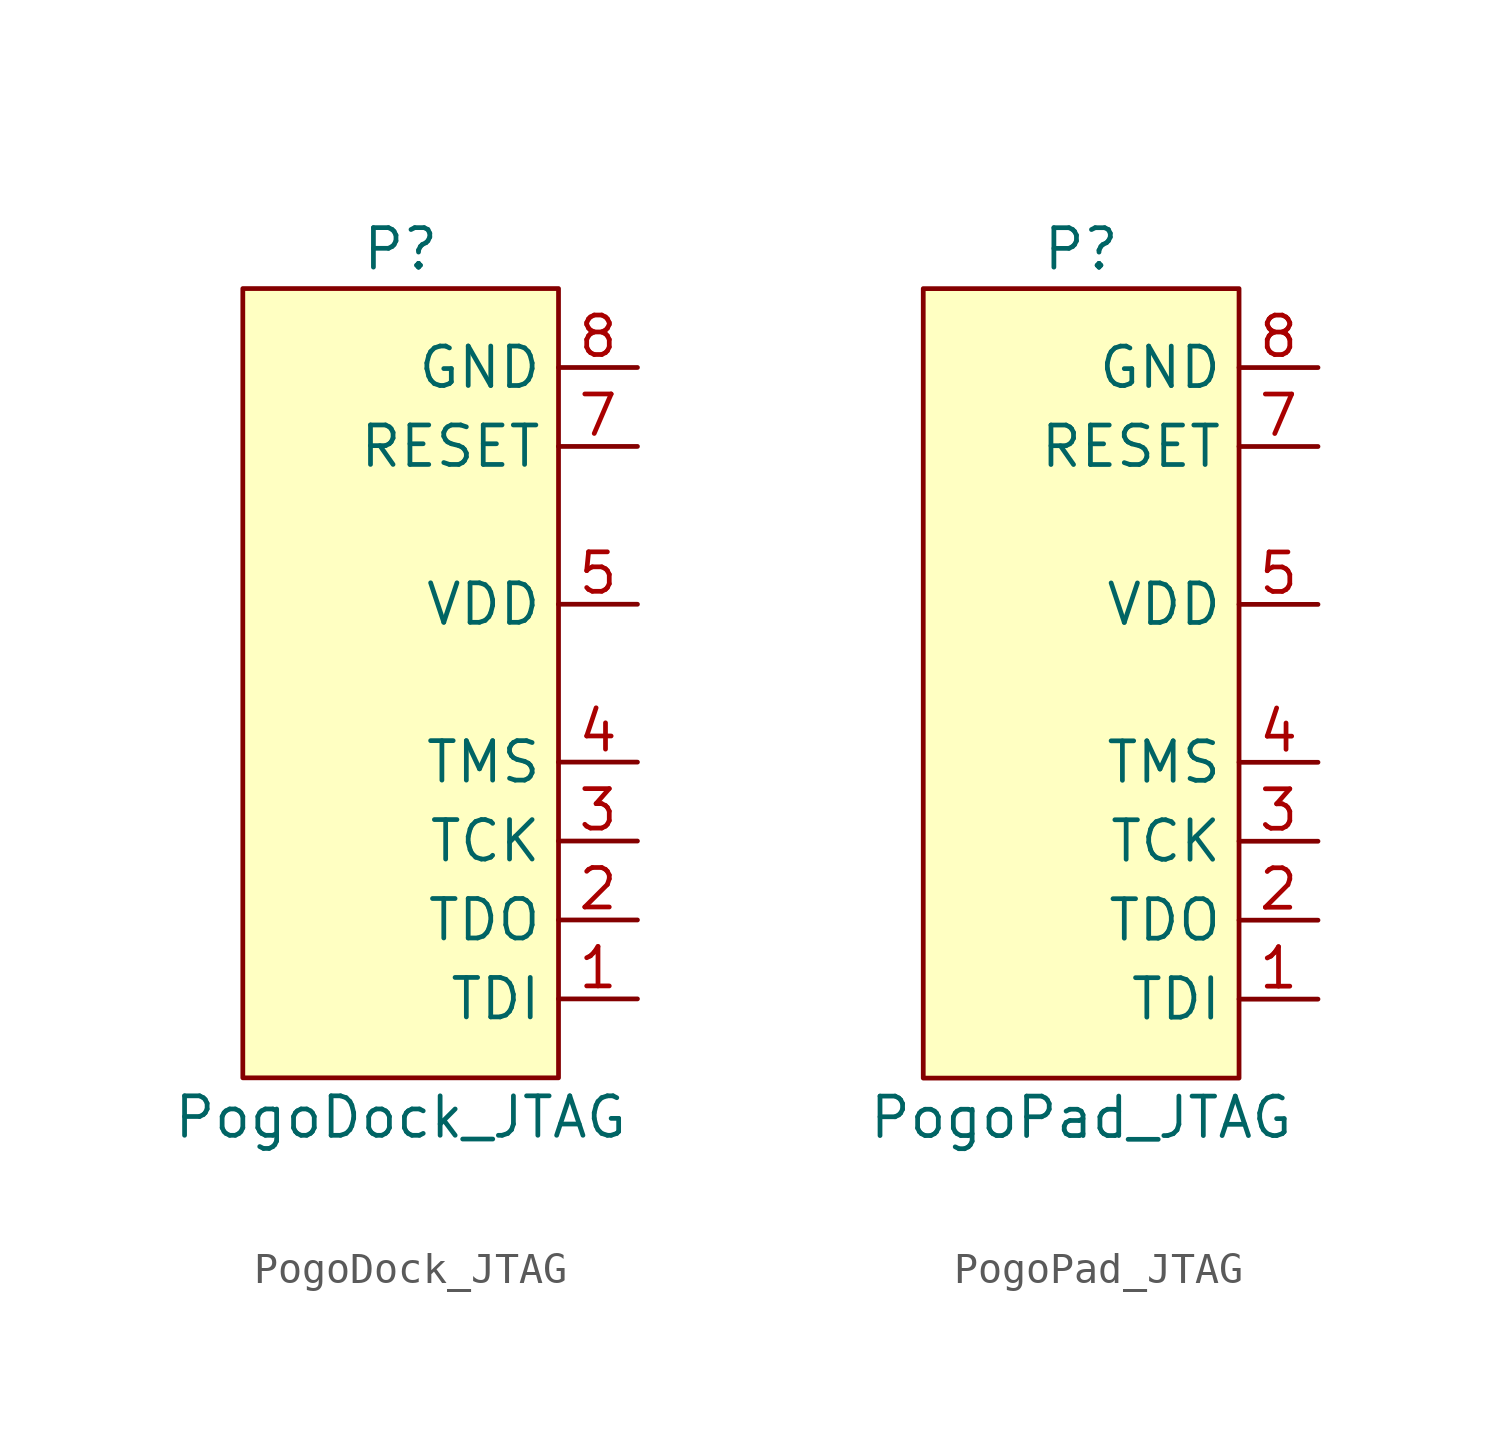
<source format=kicad_sym>
(kicad_symbol_lib
  (version 20211014)
  (generator kicad_symbol_editor)
  (symbol "PogoDock_JTAG"
    (property "Reference" "P"
      (at 0 13.97 0)
      (effects (font (size 1.27 1.27))))
    (property "Value" "PogoDock_JTAG"
      (at 0 -13.97 0)
      (effects (font (size 1.27 1.27))))
    (symbol "PogoDock_JTAG_0_1"
      (rectangle (start -5.08 12.7) (end 5.08 -12.7) (stroke (width 0) (type default) (color 0 0 0 0)) (fill (type background))))
    (symbol "PogoDock_JTAG_1_1"
      (pin tri_state line (at 7.62 -10.16 180) (length 2.54) (name "TDI" (effects (font (size 1.27 1.27)))) (number "1" (effects (font (size 1.27 1.27)))))
      (pin tri_state line (at 7.62 -7.62 180) (length 2.54) (name "TDO" (effects (font (size 1.27 1.27)))) (number "2" (effects (font (size 1.27 1.27)))))
      (pin tri_state line (at 7.62 -5.08 180) (length 2.54) (name "TCK" (effects (font (size 1.27 1.27)))) (number "3" (effects (font (size 1.27 1.27)))))
      (pin tri_state line (at 7.62 -2.54 180) (length 2.54) (name "TMS" (effects (font (size 1.27 1.27)))) (number "4" (effects (font (size 1.27 1.27)))))
      (pin power_in line (at 7.62 2.54 180) (length 2.54) (name "VDD" (effects (font (size 1.27 1.27)))) (number "5" (effects (font (size 1.27 1.27)))))
      (pin no_connect line (at 7.62 5.08 180) (length 2.54) hide (name "" (effects (font (size 1.27 1.27)))) (number "6" (effects (font (size 1.27 1.27)))))
      (pin tri_state line (at 7.62 7.62 180) (length 2.54) (name "RESET" (effects (font (size 1.27 1.27)))) (number "7" (effects (font (size 1.27 1.27)))))
      (pin passive line (at 7.62 10.16 180) (length 2.54) (name "GND" (effects (font (size 1.27 1.27)))) (number "8" (effects (font (size 1.27 1.27)))))))
  (symbol "PogoPad_JTAG"
    (property "Reference" "P"
      (at 0 13.97 0)
      (effects (font (size 1.27 1.27))))
    (property "Value" "PogoPad_JTAG"
      (at 0 -13.97 0)
      (effects (font (size 1.27 1.27))))
    (symbol "PogoPad_JTAG_0_1"
      (rectangle (start -5.08 12.7) (end 5.08 -12.7) (stroke (width 0) (type default) (color 0 0 0 0)) (fill (type background))))
    (symbol "PogoPad_JTAG_1_1"
      (pin tri_state line (at 7.62 -10.16 180) (length 2.54) (name "TDI" (effects (font (size 1.27 1.27)))) (number "1" (effects (font (size 1.27 1.27)))))
      (pin tri_state line (at 7.62 -7.62 180) (length 2.54) (name "TDO" (effects (font (size 1.27 1.27)))) (number "2" (effects (font (size 1.27 1.27)))))
      (pin tri_state line (at 7.62 -5.08 180) (length 2.54) (name "TCK" (effects (font (size 1.27 1.27)))) (number "3" (effects (font (size 1.27 1.27)))))
      (pin tri_state line (at 7.62 -2.54 180) (length 2.54) (name "TMS" (effects (font (size 1.27 1.27)))) (number "4" (effects (font (size 1.27 1.27)))))
      (pin power_in line (at 7.62 2.54 180) (length 2.54) (name "VDD" (effects (font (size 1.27 1.27)))) (number "5" (effects (font (size 1.27 1.27)))))
      (pin no_connect line (at 7.62 5.08 180) (length 2.54) hide (name "" (effects (font (size 1.27 1.27)))) (number "6" (effects (font (size 1.27 1.27)))))
      (pin tri_state line (at 7.62 7.62 180) (length 2.54) (name "RESET" (effects (font (size 1.27 1.27)))) (number "7" (effects (font (size 1.27 1.27)))))
      (pin passive line (at 7.62 10.16 180) (length 2.54) (name "GND" (effects (font (size 1.27 1.27)))) (number "8" (effects (font (size 1.27 1.27))))))))
</source>
